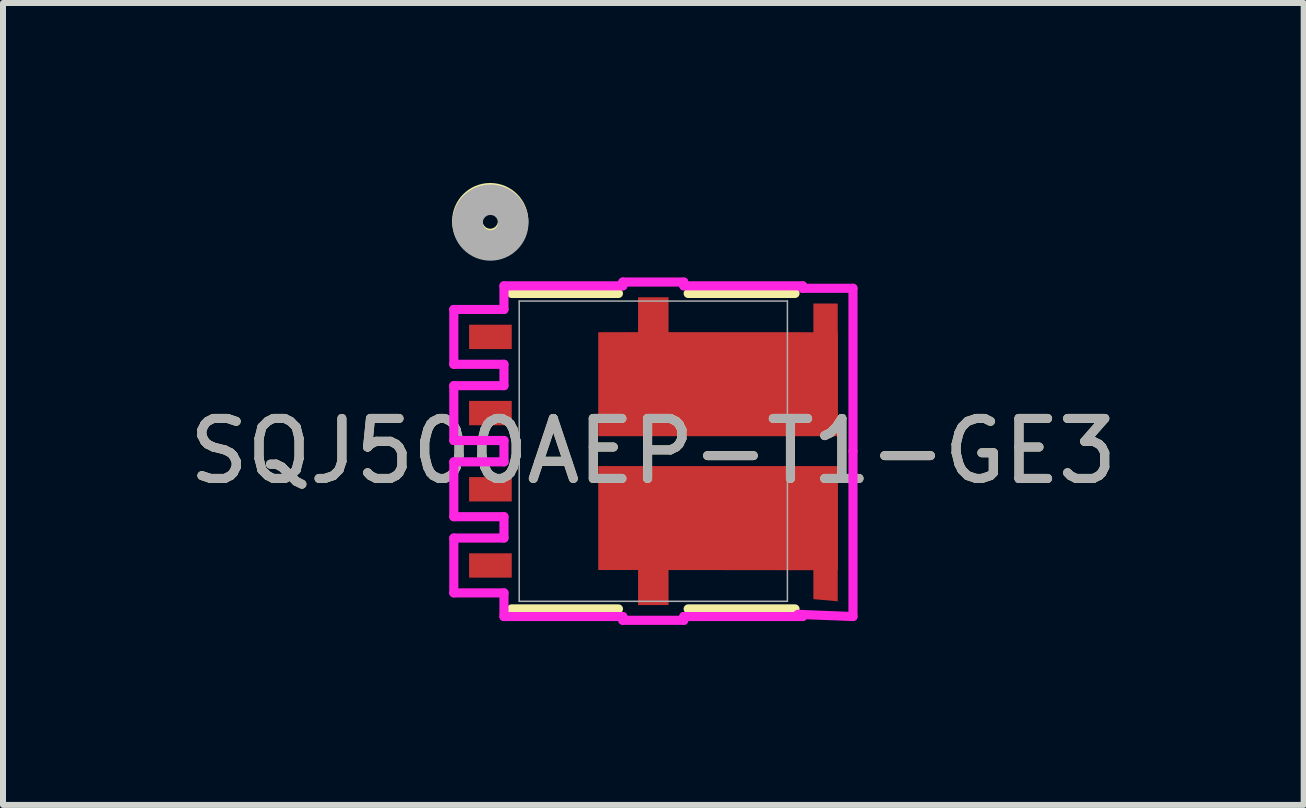
<source format=kicad_pcb>
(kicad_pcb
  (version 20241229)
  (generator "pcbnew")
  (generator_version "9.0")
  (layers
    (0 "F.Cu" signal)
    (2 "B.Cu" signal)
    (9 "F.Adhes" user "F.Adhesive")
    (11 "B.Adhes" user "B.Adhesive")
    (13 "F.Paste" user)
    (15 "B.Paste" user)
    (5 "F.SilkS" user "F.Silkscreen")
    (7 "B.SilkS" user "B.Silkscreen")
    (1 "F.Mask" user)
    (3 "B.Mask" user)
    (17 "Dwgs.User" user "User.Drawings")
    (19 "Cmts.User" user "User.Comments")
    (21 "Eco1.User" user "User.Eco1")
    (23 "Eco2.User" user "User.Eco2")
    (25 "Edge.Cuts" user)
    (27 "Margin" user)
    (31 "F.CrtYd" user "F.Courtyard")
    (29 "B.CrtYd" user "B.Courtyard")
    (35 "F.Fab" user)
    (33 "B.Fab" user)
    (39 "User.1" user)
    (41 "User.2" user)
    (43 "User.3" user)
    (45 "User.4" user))
  (footprint "SQJ500AEP-T1-GE3"
    (layer "F.Cu")
    (at 7.839 4.47)
    (property "Reference" "SQJ500AEP-T1-GE3" (at 0 0 0) (unlocked yes) (layer "F.SilkS") (effects (font (size 1 1) (thickness 0.15))))
    (attr smd)
    (fp_poly (pts (xy -0.914 0.251) (xy 3.074 0.251) (xy 3.074 2.502) (xy 2.668 2.466) (xy 2.668 1.984) (xy 0.254 1.981) (xy 0.254 2.565) (xy -0.254 2.565) (xy -0.254 1.981) (xy -0.914 1.979)) (stroke (width 0) (type solid)) (fill yes) (layer "F.Cu"))
    (fp_poly (pts (xy -0.254 -2.565) (xy -0.254 -1.981) (xy -0.914 -1.979) (xy -0.914 -0.251) (xy 3.074 -0.251) (xy 3.074 -2.461) (xy 2.668 -2.461) (xy 2.668 -1.979) (xy 0.254 -1.981) (xy 0.254 -2.565)) (stroke (width 0) (type solid)) (fill yes) (layer "F.Cu"))
    (fp_poly (pts (xy -0.914 0.251) (xy 3.074 0.251) (xy 3.074 2.502) (xy 2.668 2.466) (xy 2.668 1.984) (xy 0.254 1.981) (xy 0.254 2.565) (xy -0.254 2.565) (xy -0.254 1.981) (xy -0.914 1.979)) (stroke (width 0) (type solid)) (fill yes) (layer "F.Mask"))
    (fp_poly (pts (xy -0.254 -2.565) (xy -0.254 -1.981) (xy -0.914 -1.979) (xy -0.914 -0.251) (xy 3.074 -0.251) (xy 3.074 -2.461) (xy 2.668 -2.461) (xy 2.668 -1.979) (xy 0.254 -1.981) (xy 0.254 -2.565)) (stroke (width 0) (type solid)) (fill yes) (layer "F.Mask"))
    (fp_line (start -2.362 2.629) (end -0.581 2.629) (stroke (width 0.152) (type solid)) (layer "F.SilkS"))
    (fp_line (start -0.581 -2.629) (end -2.362 -2.629) (stroke (width 0.152) (type solid)) (layer "F.SilkS"))
    (fp_line (start 0.581 2.629) (end 2.362 2.629) (stroke (width 0.152) (type solid)) (layer "F.SilkS"))
    (fp_line (start 2.362 -2.629) (end 0.581 -2.629) (stroke (width 0.152) (type solid)) (layer "F.SilkS"))
    (fp_circle (center -2.718 -3.835) (end -2.337 -3.835) (stroke (width 0.508) (type solid)) (fill no) (layer "F.SilkS"))
    (fp_poly (pts (xy -0.914 0.251) (xy 3.074 0.251) (xy 3.074 2.502) (xy 2.668 2.466) (xy 2.668 1.984) (xy 0.254 1.981) (xy 0.254 2.565) (xy -0.254 2.565) (xy -0.254 1.981) (xy -0.914 1.979)) (stroke (width 0) (type solid)) (fill yes) (layer "F.Paste"))
    (fp_poly (pts (xy -0.254 -2.565) (xy -0.254 -1.981) (xy -0.914 -1.979) (xy -0.914 -0.251) (xy 3.074 -0.251) (xy 3.074 -2.461) (xy 2.668 -2.461) (xy 2.668 -1.979) (xy 0.254 -1.981) (xy 0.254 -2.565)) (stroke (width 0) (type solid)) (fill yes) (layer "F.Paste"))
    (fp_line (start -3.325 -2.362) (end -3.325 -1.448) (stroke (width 0.152) (type solid)) (layer "F.CrtYd"))
    (fp_line (start -3.325 -1.448) (end -2.489 -1.448) (stroke (width 0.152) (type solid)) (layer "F.CrtYd"))
    (fp_line (start -3.325 -1.092) (end -3.325 -0.178) (stroke (width 0.152) (type solid)) (layer "F.CrtYd"))
    (fp_line (start -3.325 -0.178) (end -2.489 -0.178) (stroke (width 0.152) (type solid)) (layer "F.CrtYd"))
    (fp_line (start -3.325 0.178) (end -3.325 1.092) (stroke (width 0.152) (type solid)) (layer "F.CrtYd"))
    (fp_line (start -3.325 1.092) (end -2.489 1.092) (stroke (width 0.152) (type solid)) (layer "F.CrtYd"))
    (fp_line (start -3.325 1.448) (end -3.325 2.362) (stroke (width 0.152) (type solid)) (layer "F.CrtYd"))
    (fp_line (start -3.325 2.362) (end -2.489 2.362) (stroke (width 0.152) (type solid)) (layer "F.CrtYd"))
    (fp_line (start -2.489 -2.756) (end -2.489 -2.362) (stroke (width 0.152) (type solid)) (layer "F.CrtYd"))
    (fp_line (start -2.489 -2.362) (end -3.325 -2.362) (stroke (width 0.152) (type solid)) (layer "F.CrtYd"))
    (fp_line (start -2.489 -1.448) (end -2.489 -1.092) (stroke (width 0.152) (type solid)) (layer "F.CrtYd"))
    (fp_line (start -2.489 -1.092) (end -3.325 -1.092) (stroke (width 0.152) (type solid)) (layer "F.CrtYd"))
    (fp_line (start -2.489 -0.178) (end -2.489 0.178) (stroke (width 0.152) (type solid)) (layer "F.CrtYd"))
    (fp_line (start -2.489 0.178) (end -3.325 0.178) (stroke (width 0.152) (type solid)) (layer "F.CrtYd"))
    (fp_line (start -2.489 1.092) (end -2.489 1.448) (stroke (width 0.152) (type solid)) (layer "F.CrtYd"))
    (fp_line (start -2.489 1.448) (end -3.325 1.448) (stroke (width 0.152) (type solid)) (layer "F.CrtYd"))
    (fp_line (start -2.489 2.362) (end -2.489 2.756) (stroke (width 0.152) (type solid)) (layer "F.CrtYd"))
    (fp_line (start -2.489 2.756) (end -0.508 2.756) (stroke (width 0.152) (type solid)) (layer "F.CrtYd"))
    (fp_line (start -0.508 -2.819) (end -0.508 -2.756) (stroke (width 0.152) (type solid)) (layer "F.CrtYd"))
    (fp_line (start -0.508 -2.756) (end -2.489 -2.756) (stroke (width 0.152) (type solid)) (layer "F.CrtYd"))
    (fp_line (start -0.508 2.756) (end -0.508 2.819) (stroke (width 0.152) (type solid)) (layer "F.CrtYd"))
    (fp_line (start -0.508 2.819) (end 0.508 2.819) (stroke (width 0.152) (type solid)) (layer "F.CrtYd"))
    (fp_line (start 0.508 -2.819) (end -0.508 -2.819) (stroke (width 0.152) (type solid)) (layer "F.CrtYd"))
    (fp_line (start 0.508 -2.756) (end 0.508 -2.819) (stroke (width 0.152) (type solid)) (layer "F.CrtYd"))
    (fp_line (start 0.508 2.756) (end 2.489 2.756) (stroke (width 0.152) (type solid)) (layer "F.CrtYd"))
    (fp_line (start 0.508 2.819) (end 0.508 2.756) (stroke (width 0.152) (type solid)) (layer "F.CrtYd"))
    (fp_line (start 2.414 2.72) (end 3.328 2.756) (stroke (width 0.152) (type solid)) (layer "F.CrtYd"))
    (fp_line (start 2.489 -2.756) (end 0.508 -2.756) (stroke (width 0.152) (type solid)) (layer "F.CrtYd"))
    (fp_line (start 2.489 -2.715) (end 2.489 -2.756) (stroke (width 0.152) (type solid)) (layer "F.CrtYd"))
    (fp_line (start 2.489 2.723) (end 2.414 2.72) (stroke (width 0.152) (type solid)) (layer "F.CrtYd"))
    (fp_line (start 2.489 2.756) (end 2.489 2.723) (stroke (width 0.152) (type solid)) (layer "F.CrtYd"))
    (fp_line (start 3.328 -2.715) (end 2.489 -2.715) (stroke (width 0.152) (type solid)) (layer "F.CrtYd"))
    (fp_line (start 3.328 0.003) (end 3.328 -2.715) (stroke (width 0.152) (type solid)) (layer "F.CrtYd"))
    (fp_line (start 3.328 2.756) (end 3.328 0.003) (stroke (width 0.152) (type solid)) (layer "F.CrtYd"))
    (fp_line (start -2.235 -2.502) (end -2.235 2.502) (stroke (width 0.025) (type solid)) (layer "F.Fab"))
    (fp_line (start -2.235 2.502) (end 2.235 2.502) (stroke (width 0.025) (type solid)) (layer "F.Fab"))
    (fp_line (start 2.235 -2.502) (end -2.235 -2.502) (stroke (width 0.025) (type solid)) (layer "F.Fab"))
    (fp_line (start 2.235 2.502) (end 2.235 -2.502) (stroke (width 0.025) (type solid)) (layer "F.Fab"))
    (fp_circle (center -2.715 -3.81) (end -2.334 -3.81) (stroke (width 0.508) (type solid)) (fill no) (layer "F.Fab"))
    (fp_text user "${REFERENCE}" (at 0 0 0) (unlocked yes) (layer "F.Fab") (effects (font (size 1 1) (thickness 0.15))))
    (pad "1" smd rect (at -2.715 -1.905) (size 0.711 0.406) (layers "F.Cu" "F.Mask" "F.Paste"))
    (pad "2" smd rect (at -2.715 -0.635) (size 0.711 0.406) (layers "F.Cu" "F.Mask" "F.Paste"))
    (pad "3" smd rect (at -2.715 0.635) (size 0.711 0.406) (layers "F.Cu" "F.Mask" "F.Paste"))
    (pad "4" smd rect (at -2.715 1.905) (size 0.711 0.406) (layers "F.Cu" "F.Mask" "F.Paste"))
    (pad "5" smd rect (at 1.08 -1.115) (size 3.988 1.727) (layers "F.Cu" "F.Mask" "F.Paste"))
    (pad "6" smd rect (at 1.08 1.115) (size 3.988 1.727) (layers "F.Cu" "F.Mask" "F.Paste")))
  (gr_rect
    (start -3 -3)
    (end 18.679 10.366)
    (stroke (width 0.1) (type default))
    (fill no)
    (layer "Edge.Cuts")))
</source>
